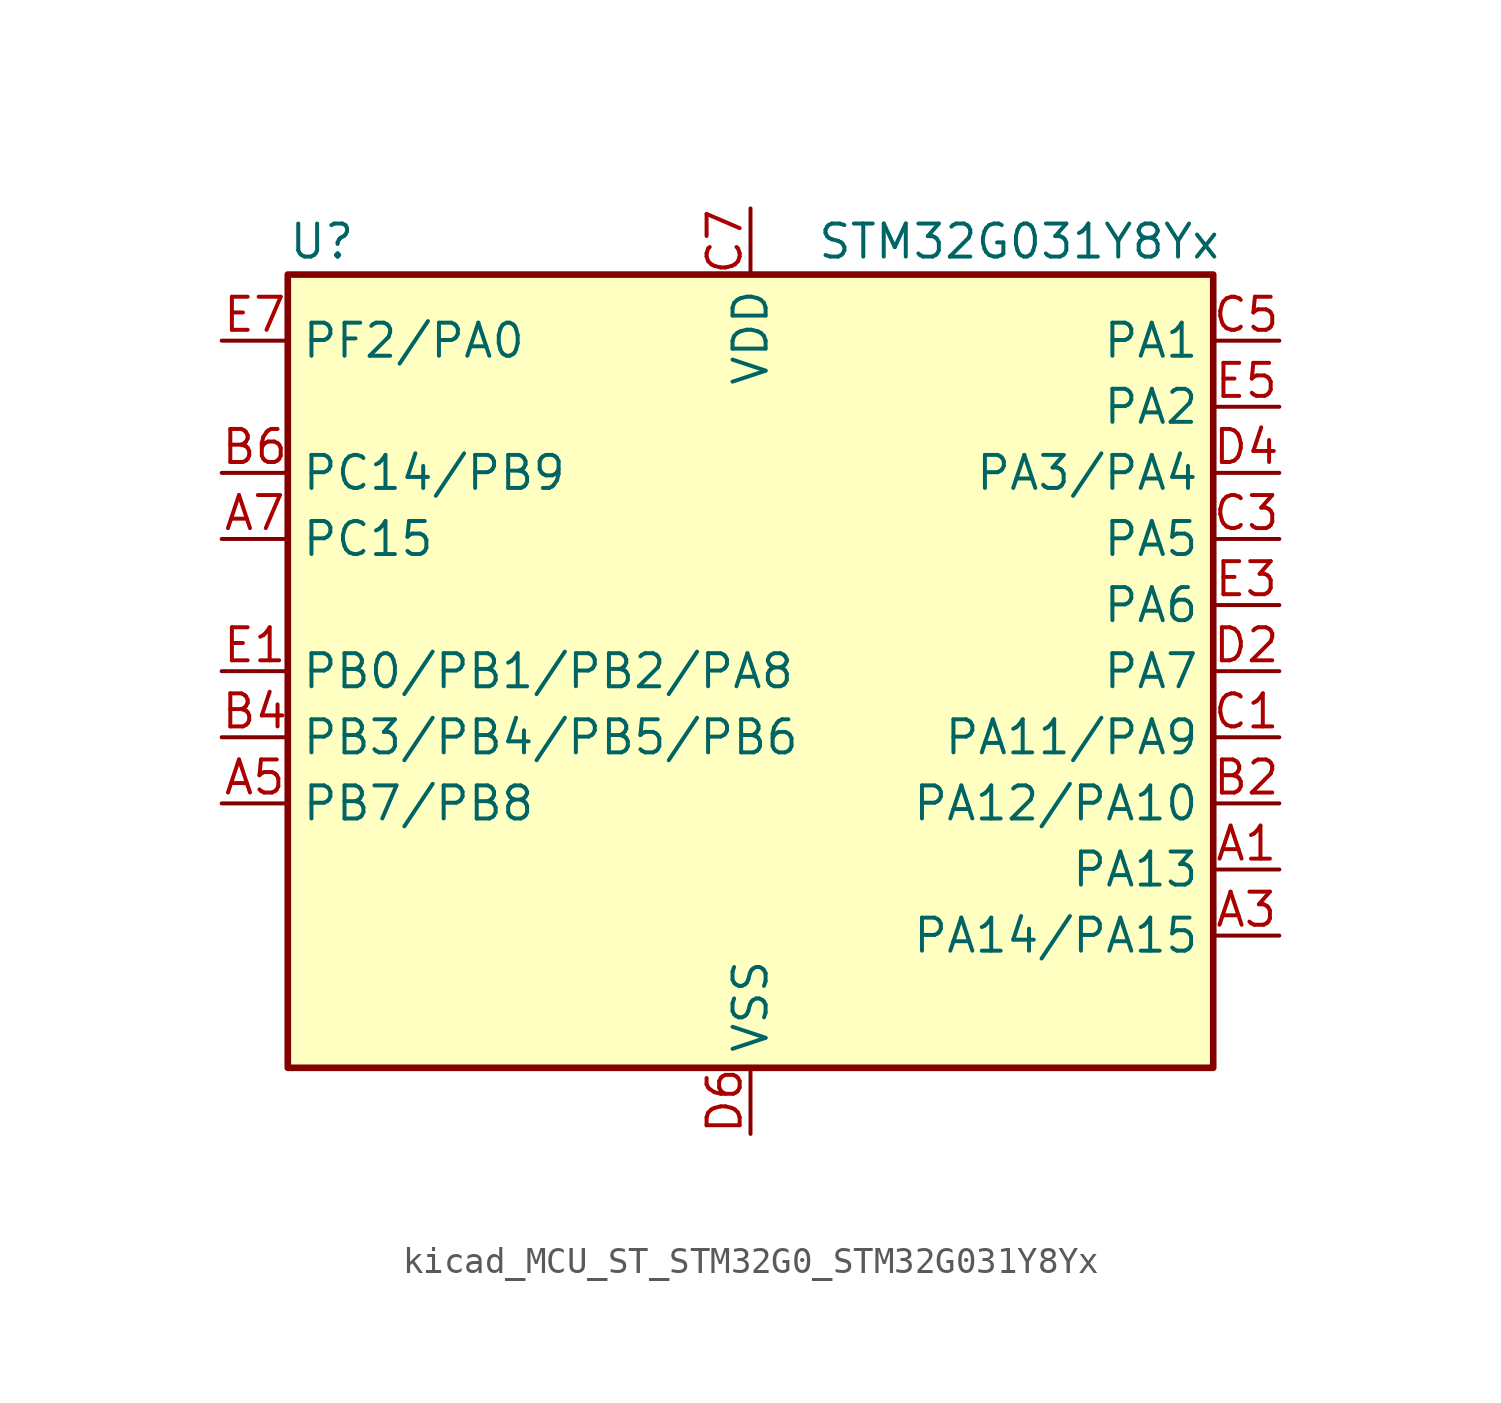
<source format=kicad_sym>
(kicad_symbol_lib
  (version 20220914)
  (generator kicad_symbol_editor)
  (symbol "kicad_MCU_ST_STM32G0_STM32G031Y8Yx"
    (property "Reference" "U"
      (at -17.78 16.51 0)
      (effects (font (size 1.27 1.27)) (justify left)))
    (property "Value" "STM32G031Y8Yx"
      (at 2.54 16.51 0)
      (effects (font (size 1.27 1.27)) (justify left)))
    (property "ki_locked" ""
      (at 0 0 0)
      (effects (font (size 1.27 1.27))))
    (symbol "kicad_MCU_ST_STM32G0_STM32G031Y8Yx_0_1"
      (rectangle (start -17.78 -15.24) (end 17.78 15.24) (stroke (width 0.254) (type default)) (fill (type background))))
    (symbol "kicad_MCU_ST_STM32G0_STM32G031Y8Yx_1_1"
      (pin bidirectional line (at 20.32 -7.62 180) (length 2.54) (name "PA13" (effects (font (size 1.27 1.27)))) (number "A1" (effects (font (size 1.27 1.27)))) (alternate "ADC1_IN17" bidirectional line) (alternate "IR_OUT" bidirectional line) (alternate "SYS_SWDIO" bidirectional line))
      (pin bidirectional line (at 20.32 -10.16 180) (length 2.54) (name "PA14/PA15" (effects (font (size 1.27 1.27)))) (number "A3" (effects (font (size 1.27 1.27)))) (alternate "ADC1_IN18" bidirectional line) (alternate "SYS_SWCLK" bidirectional line) (alternate "USART2_TX" bidirectional line))
      (pin bidirectional line (at -20.32 -5.08 0) (length 2.54) (name "PB7/PB8" (effects (font (size 1.27 1.27)))) (number "A5" (effects (font (size 1.27 1.27)))) (alternate "ADC1_IN11" bidirectional line) (alternate "I2C1_SDA" bidirectional line) (alternate "LPTIM1_IN2" bidirectional line) (alternate "SPI2_MOSI" bidirectional line) (alternate "SYS_PVD_IN" bidirectional line) (alternate "TIM17_CH1N" bidirectional line) (alternate "USART1_RX" bidirectional line))
      (pin bidirectional line (at -20.32 5.08 0) (length 2.54) (name "PC15" (effects (font (size 1.27 1.27)))) (number "A7" (effects (font (size 1.27 1.27)))) (alternate "RCC_OSC32_EN" bidirectional line) (alternate "RCC_OSC32_OUT" bidirectional line) (alternate "RCC_OSC_EN" bidirectional line))
      (pin bidirectional line (at 20.32 -5.08 180) (length 2.54) (name "PA12/PA10" (effects (font (size 1.27 1.27)))) (number "B2" (effects (font (size 1.27 1.27)))) (alternate "ADC1_IN16" bidirectional line) (alternate "I2C2_SDA" bidirectional line) (alternate "I2S1_SD" bidirectional line) (alternate "I2S_CKIN" bidirectional line) (alternate "SPI1_MOSI" bidirectional line) (alternate "TIM1_ETR" bidirectional line) (alternate "USART1_CK" bidirectional line) (alternate "USART1_DE" bidirectional line) (alternate "USART1_RTS" bidirectional line))
      (pin bidirectional line (at -20.32 -2.54 0) (length 2.54) (name "PB3/PB4/PB5/PB6" (effects (font (size 1.27 1.27)))) (number "B4" (effects (font (size 1.27 1.27)))) (alternate "I2S1_CK" bidirectional line) (alternate "SPI1_SCK" bidirectional line) (alternate "TIM1_CH2" bidirectional line) (alternate "TIM2_CH2" bidirectional line) (alternate "USART1_CK" bidirectional line) (alternate "USART1_DE" bidirectional line) (alternate "USART1_RTS" bidirectional line))
      (pin bidirectional line (at -20.32 7.62 0) (length 2.54) (name "PC14/PB9" (effects (font (size 1.27 1.27)))) (number "B6" (effects (font (size 1.27 1.27)))) (alternate "RCC_OSC32_IN" bidirectional line) (alternate "RCC_OSC_IN" bidirectional line) (alternate "TIM1_BK2" bidirectional line))
      (pin bidirectional line (at 20.32 -2.54 180) (length 2.54) (name "PA11/PA9" (effects (font (size 1.27 1.27)))) (number "C1" (effects (font (size 1.27 1.27)))) (alternate "ADC1_EXTI11" bidirectional line) (alternate "ADC1_IN15" bidirectional line) (alternate "I2C2_SCL" bidirectional line) (alternate "I2S1_MCK" bidirectional line) (alternate "SPI1_MISO" bidirectional line) (alternate "TIM1_BK2" bidirectional line) (alternate "TIM1_CH4" bidirectional line) (alternate "USART1_CTS" bidirectional line) (alternate "USART1_NSS" bidirectional line))
      (pin bidirectional line (at 20.32 5.08 180) (length 2.54) (name "PA5" (effects (font (size 1.27 1.27)))) (number "C3" (effects (font (size 1.27 1.27)))) (alternate "ADC1_IN5" bidirectional line) (alternate "I2S1_CK" bidirectional line) (alternate "LPTIM2_ETR" bidirectional line) (alternate "SPI1_SCK" bidirectional line) (alternate "TIM2_CH1" bidirectional line) (alternate "TIM2_ETR" bidirectional line))
      (pin bidirectional line (at 20.32 12.7 180) (length 2.54) (name "PA1" (effects (font (size 1.27 1.27)))) (number "C5" (effects (font (size 1.27 1.27)))) (alternate "ADC1_IN1" bidirectional line) (alternate "I2C1_SMBA" bidirectional line) (alternate "I2S1_CK" bidirectional line) (alternate "SPI1_SCK" bidirectional line) (alternate "TIM2_CH2" bidirectional line) (alternate "USART2_CK" bidirectional line) (alternate "USART2_DE" bidirectional line) (alternate "USART2_RTS" bidirectional line))
      (pin power_in line (at 0 17.78 270) (length 2.54) (name "VDD" (effects (font (size 1.27 1.27)))) (number "C7" (effects (font (size 1.27 1.27)))))
      (pin bidirectional line (at 20.32 0 180) (length 2.54) (name "PA7" (effects (font (size 1.27 1.27)))) (number "D2" (effects (font (size 1.27 1.27)))) (alternate "ADC1_IN7" bidirectional line) (alternate "I2S1_SD" bidirectional line) (alternate "SPI1_MOSI" bidirectional line) (alternate "TIM14_CH1" bidirectional line) (alternate "TIM17_CH1" bidirectional line) (alternate "TIM1_CH1N" bidirectional line) (alternate "TIM3_CH2" bidirectional line))
      (pin bidirectional line (at 20.32 7.62 180) (length 2.54) (name "PA3/PA4" (effects (font (size 1.27 1.27)))) (number "D4" (effects (font (size 1.27 1.27)))) (alternate "ADC1_IN3" bidirectional line) (alternate "LPUART1_RX" bidirectional line) (alternate "SPI2_MISO" bidirectional line) (alternate "TIM2_CH4" bidirectional line) (alternate "USART2_RX" bidirectional line))
      (pin power_in line (at 0 -17.78 90) (length 2.54) (name "VSS" (effects (font (size 1.27 1.27)))) (number "D6" (effects (font (size 1.27 1.27)))))
      (pin bidirectional line (at -20.32 0 0) (length 2.54) (name "PB0/PB1/PB2/PA8" (effects (font (size 1.27 1.27)))) (number "E1" (effects (font (size 1.27 1.27)))) (alternate "ADC1_IN8" bidirectional line) (alternate "I2S1_WS" bidirectional line) (alternate "LPTIM1_OUT" bidirectional line) (alternate "SPI1_NSS" bidirectional line) (alternate "TIM1_CH2N" bidirectional line) (alternate "TIM3_CH3" bidirectional line))
      (pin bidirectional line (at 20.32 2.54 180) (length 2.54) (name "PA6" (effects (font (size 1.27 1.27)))) (number "E3" (effects (font (size 1.27 1.27)))) (alternate "ADC1_IN6" bidirectional line) (alternate "I2S1_MCK" bidirectional line) (alternate "LPUART1_CTS" bidirectional line) (alternate "SPI1_MISO" bidirectional line) (alternate "TIM16_CH1" bidirectional line) (alternate "TIM1_BK" bidirectional line) (alternate "TIM3_CH1" bidirectional line))
      (pin bidirectional line (at 20.32 10.16 180) (length 2.54) (name "PA2" (effects (font (size 1.27 1.27)))) (number "E5" (effects (font (size 1.27 1.27)))) (alternate "ADC1_IN2" bidirectional line) (alternate "I2S1_SD" bidirectional line) (alternate "LPUART1_TX" bidirectional line) (alternate "RCC_LSCO" bidirectional line) (alternate "SPI1_MOSI" bidirectional line) (alternate "SYS_WKUP4" bidirectional line) (alternate "TIM2_CH3" bidirectional line) (alternate "USART2_TX" bidirectional line))
      (pin bidirectional line (at -20.32 12.7 0) (length 2.54) (name "PF2/PA0" (effects (font (size 1.27 1.27)))) (number "E7" (effects (font (size 1.27 1.27)))) (alternate "RCC_MCO" bidirectional line)))))
</source>
